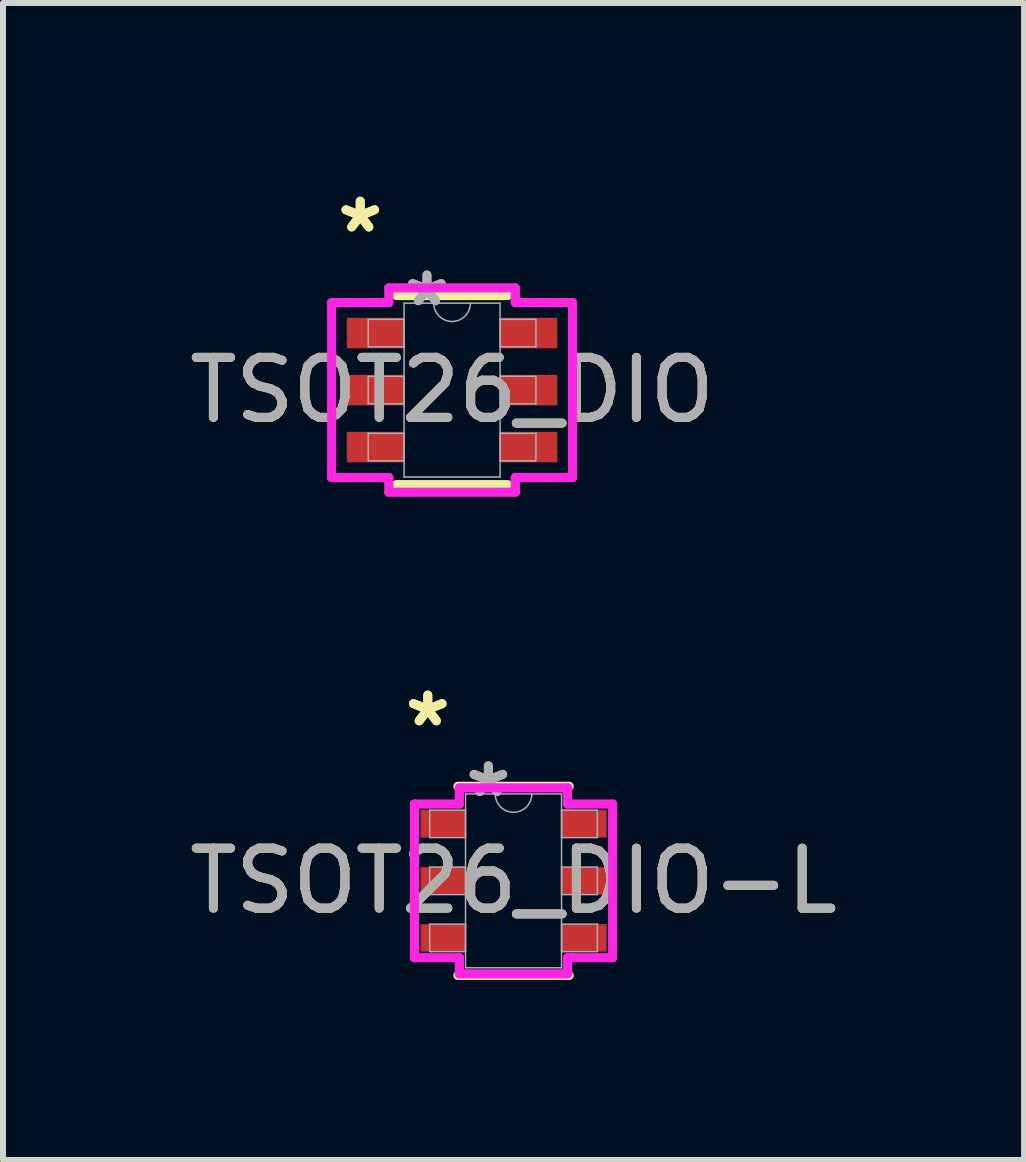
<source format=kicad_pcb>
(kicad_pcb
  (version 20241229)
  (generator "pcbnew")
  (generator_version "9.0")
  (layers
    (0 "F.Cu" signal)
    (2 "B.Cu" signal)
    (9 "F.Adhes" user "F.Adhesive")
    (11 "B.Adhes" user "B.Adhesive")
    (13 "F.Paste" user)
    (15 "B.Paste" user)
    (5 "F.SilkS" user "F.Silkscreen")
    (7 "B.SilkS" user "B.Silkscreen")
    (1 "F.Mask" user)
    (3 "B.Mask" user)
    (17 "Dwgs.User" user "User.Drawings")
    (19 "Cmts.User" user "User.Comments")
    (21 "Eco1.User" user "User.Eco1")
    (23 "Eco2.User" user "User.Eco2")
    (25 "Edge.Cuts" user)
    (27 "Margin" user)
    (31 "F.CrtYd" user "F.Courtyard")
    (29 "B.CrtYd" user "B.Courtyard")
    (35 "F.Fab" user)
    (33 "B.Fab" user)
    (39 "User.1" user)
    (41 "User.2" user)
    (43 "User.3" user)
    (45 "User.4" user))
  (footprint "TSOT26_DIO-L"
    (layer "F.Cu")
    (at 5.506 11.626)
    (property "Reference" "TSOT26_DIO-L" (at 0 0 0) (unlocked yes) (layer "F.SilkS") (effects (font (size 1 1) (thickness 0.15))))
    (attr smd)
    (fp_line (start -0.927 1.575) (end 0.927 1.575) (stroke (width 0.152) (type solid)) (layer "F.SilkS"))
    (fp_line (start 0.927 -1.575) (end -0.927 -1.575) (stroke (width 0.152) (type solid)) (layer "F.SilkS"))
    (fp_line (start -1.651 -1.28) (end -0.902 -1.28) (stroke (width 0.152) (type solid)) (layer "F.CrtYd"))
    (fp_line (start -1.651 1.28) (end -1.651 -1.28) (stroke (width 0.152) (type solid)) (layer "F.CrtYd"))
    (fp_line (start -1.651 1.28) (end -0.902 1.28) (stroke (width 0.152) (type solid)) (layer "F.CrtYd"))
    (fp_line (start -0.902 -1.549) (end 0.902 -1.549) (stroke (width 0.152) (type solid)) (layer "F.CrtYd"))
    (fp_line (start -0.902 -1.28) (end -0.902 -1.549) (stroke (width 0.152) (type solid)) (layer "F.CrtYd"))
    (fp_line (start -0.902 1.549) (end -0.902 1.28) (stroke (width 0.152) (type solid)) (layer "F.CrtYd"))
    (fp_line (start 0.902 -1.549) (end 0.902 -1.28) (stroke (width 0.152) (type solid)) (layer "F.CrtYd"))
    (fp_line (start 0.902 1.28) (end 0.902 1.549) (stroke (width 0.152) (type solid)) (layer "F.CrtYd"))
    (fp_line (start 0.902 1.549) (end -0.902 1.549) (stroke (width 0.152) (type solid)) (layer "F.CrtYd"))
    (fp_line (start 1.651 -1.28) (end 0.902 -1.28) (stroke (width 0.152) (type solid)) (layer "F.CrtYd"))
    (fp_line (start 1.651 -1.28) (end 1.651 1.28) (stroke (width 0.152) (type solid)) (layer "F.CrtYd"))
    (fp_line (start 1.651 1.28) (end 0.902 1.28) (stroke (width 0.152) (type solid)) (layer "F.CrtYd"))
    (fp_line (start -1.397 -1.179) (end -1.397 -0.721) (stroke (width 0.025) (type solid)) (layer "F.Fab"))
    (fp_line (start -1.397 -0.721) (end -0.8 -0.721) (stroke (width 0.025) (type solid)) (layer "F.Fab"))
    (fp_line (start -1.397 -0.229) (end -1.397 0.229) (stroke (width 0.025) (type solid)) (layer "F.Fab"))
    (fp_line (start -1.397 0.229) (end -0.8 0.229) (stroke (width 0.025) (type solid)) (layer "F.Fab"))
    (fp_line (start -1.397 0.721) (end -1.397 1.179) (stroke (width 0.025) (type solid)) (layer "F.Fab"))
    (fp_line (start -1.397 1.179) (end -0.8 1.179) (stroke (width 0.025) (type solid)) (layer "F.Fab"))
    (fp_line (start -0.8 -1.448) (end -0.8 1.448) (stroke (width 0.025) (type solid)) (layer "F.Fab"))
    (fp_line (start -0.8 -1.179) (end -1.397 -1.179) (stroke (width 0.025) (type solid)) (layer "F.Fab"))
    (fp_line (start -0.8 -0.721) (end -0.8 -1.179) (stroke (width 0.025) (type solid)) (layer "F.Fab"))
    (fp_line (start -0.8 -0.229) (end -1.397 -0.229) (stroke (width 0.025) (type solid)) (layer "F.Fab"))
    (fp_line (start -0.8 0.229) (end -0.8 -0.229) (stroke (width 0.025) (type solid)) (layer "F.Fab"))
    (fp_line (start -0.8 0.721) (end -1.397 0.721) (stroke (width 0.025) (type solid)) (layer "F.Fab"))
    (fp_line (start -0.8 1.179) (end -0.8 0.721) (stroke (width 0.025) (type solid)) (layer "F.Fab"))
    (fp_line (start -0.8 1.448) (end 0.8 1.448) (stroke (width 0.025) (type solid)) (layer "F.Fab"))
    (fp_line (start 0.8 -1.448) (end -0.8 -1.448) (stroke (width 0.025) (type solid)) (layer "F.Fab"))
    (fp_line (start 0.8 -1.179) (end 0.8 -0.721) (stroke (width 0.025) (type solid)) (layer "F.Fab"))
    (fp_line (start 0.8 -0.721) (end 1.397 -0.721) (stroke (width 0.025) (type solid)) (layer "F.Fab"))
    (fp_line (start 0.8 -0.229) (end 0.8 0.229) (stroke (width 0.025) (type solid)) (layer "F.Fab"))
    (fp_line (start 0.8 0.229) (end 1.397 0.229) (stroke (width 0.025) (type solid)) (layer "F.Fab"))
    (fp_line (start 0.8 0.721) (end 0.8 1.179) (stroke (width 0.025) (type solid)) (layer "F.Fab"))
    (fp_line (start 0.8 1.179) (end 1.397 1.179) (stroke (width 0.025) (type solid)) (layer "F.Fab"))
    (fp_line (start 0.8 1.448) (end 0.8 -1.448) (stroke (width 0.025) (type solid)) (layer "F.Fab"))
    (fp_line (start 1.397 -1.179) (end 0.8 -1.179) (stroke (width 0.025) (type solid)) (layer "F.Fab"))
    (fp_line (start 1.397 -0.721) (end 1.397 -1.179) (stroke (width 0.025) (type solid)) (layer "F.Fab"))
    (fp_line (start 1.397 -0.229) (end 0.8 -0.229) (stroke (width 0.025) (type solid)) (layer "F.Fab"))
    (fp_line (start 1.397 0.229) (end 1.397 -0.229) (stroke (width 0.025) (type solid)) (layer "F.Fab"))
    (fp_line (start 1.397 0.721) (end 0.8 0.721) (stroke (width 0.025) (type solid)) (layer "F.Fab"))
    (fp_line (start 1.397 1.179) (end 1.397 0.721) (stroke (width 0.025) (type solid)) (layer "F.Fab"))
    (fp_arc (start 0.3048 -1.4478) (mid 0 -1.143) (end -0.3048 -1.4478) (stroke (width 0.0254) (type solid)) (layer "F.Fab"))
    (fp_text user "*" (at -1.429 -2.55 0) (unlocked yes) (layer "F.SilkS") (effects (font (size 1 1) (thickness 0.15))))
    (fp_text user "*" (at -1.429 -2.55 0) (layer "F.SilkS") (effects (font (size 1 1) (thickness 0.15))))
    (fp_text user "*" (at -0.419 -1.372 0) (layer "F.Fab") (effects (font (size 1 1) (thickness 0.15))))
    (fp_text user "*" (at -0.419 -1.372 0) (unlocked yes) (layer "F.Fab") (effects (font (size 1 1) (thickness 0.15))))
    (fp_text user "${REFERENCE}" (at 0 0 0) (unlocked yes) (layer "F.Fab") (effects (font (size 1 1) (thickness 0.15))))
    (pad "1" smd rect (at -1.175 -0.95) (size 0.749 0.457) (layers "F.Cu" "F.Mask" "F.Paste"))
    (pad "2" smd rect (at -1.175 0) (size 0.749 0.457) (layers "F.Cu" "F.Mask" "F.Paste"))
    (pad "3" smd rect (at -1.175 0.95) (size 0.749 0.457) (layers "F.Cu" "F.Mask" "F.Paste"))
    (pad "4" smd rect (at 1.175 0.95) (size 0.749 0.457) (layers "F.Cu" "F.Mask" "F.Paste"))
    (pad "5" smd rect (at 1.175 0) (size 0.749 0.457) (layers "F.Cu" "F.Mask" "F.Paste"))
    (pad "6" smd rect (at 1.175 -0.95) (size 0.749 0.457) (layers "F.Cu" "F.Mask" "F.Paste")))
  (footprint "TSOT26_DIO"
    (layer "F.Cu")
    (at 4.482 3.449)
    (property "Reference" "TSOT26_DIO" (at 0 0 0) (unlocked yes) (layer "F.SilkS") (effects (font (size 1 1) (thickness 0.15))))
    (attr smd)
    (fp_line (start -0.927 1.575) (end 0.927 1.575) (stroke (width 0.152) (type solid)) (layer "F.SilkS"))
    (fp_line (start 0.927 -1.575) (end -0.927 -1.575) (stroke (width 0.152) (type solid)) (layer "F.SilkS"))
    (fp_line (start -2.007 -1.458) (end -1.054 -1.458) (stroke (width 0.152) (type solid)) (layer "F.CrtYd"))
    (fp_line (start -2.007 1.458) (end -2.007 -1.458) (stroke (width 0.152) (type solid)) (layer "F.CrtYd"))
    (fp_line (start -2.007 1.458) (end -1.054 1.458) (stroke (width 0.152) (type solid)) (layer "F.CrtYd"))
    (fp_line (start -1.054 -1.702) (end 1.054 -1.702) (stroke (width 0.152) (type solid)) (layer "F.CrtYd"))
    (fp_line (start -1.054 -1.458) (end -1.054 -1.702) (stroke (width 0.152) (type solid)) (layer "F.CrtYd"))
    (fp_line (start -1.054 1.702) (end -1.054 1.458) (stroke (width 0.152) (type solid)) (layer "F.CrtYd"))
    (fp_line (start 1.054 -1.702) (end 1.054 -1.458) (stroke (width 0.152) (type solid)) (layer "F.CrtYd"))
    (fp_line (start 1.054 1.458) (end 1.054 1.702) (stroke (width 0.152) (type solid)) (layer "F.CrtYd"))
    (fp_line (start 1.054 1.702) (end -1.054 1.702) (stroke (width 0.152) (type solid)) (layer "F.CrtYd"))
    (fp_line (start 2.007 -1.458) (end 1.054 -1.458) (stroke (width 0.152) (type solid)) (layer "F.CrtYd"))
    (fp_line (start 2.007 -1.458) (end 2.007 1.458) (stroke (width 0.152) (type solid)) (layer "F.CrtYd"))
    (fp_line (start 2.007 1.458) (end 1.054 1.458) (stroke (width 0.152) (type solid)) (layer "F.CrtYd"))
    (fp_line (start -1.397 -1.179) (end -1.397 -0.721) (stroke (width 0.025) (type solid)) (layer "F.Fab"))
    (fp_line (start -1.397 -0.721) (end -0.8 -0.721) (stroke (width 0.025) (type solid)) (layer "F.Fab"))
    (fp_line (start -1.397 -0.229) (end -1.397 0.229) (stroke (width 0.025) (type solid)) (layer "F.Fab"))
    (fp_line (start -1.397 0.229) (end -0.8 0.229) (stroke (width 0.025) (type solid)) (layer "F.Fab"))
    (fp_line (start -1.397 0.721) (end -1.397 1.179) (stroke (width 0.025) (type solid)) (layer "F.Fab"))
    (fp_line (start -1.397 1.179) (end -0.8 1.179) (stroke (width 0.025) (type solid)) (layer "F.Fab"))
    (fp_line (start -0.8 -1.448) (end -0.8 1.448) (stroke (width 0.025) (type solid)) (layer "F.Fab"))
    (fp_line (start -0.8 -1.179) (end -1.397 -1.179) (stroke (width 0.025) (type solid)) (layer "F.Fab"))
    (fp_line (start -0.8 -0.721) (end -0.8 -1.179) (stroke (width 0.025) (type solid)) (layer "F.Fab"))
    (fp_line (start -0.8 -0.229) (end -1.397 -0.229) (stroke (width 0.025) (type solid)) (layer "F.Fab"))
    (fp_line (start -0.8 0.229) (end -0.8 -0.229) (stroke (width 0.025) (type solid)) (layer "F.Fab"))
    (fp_line (start -0.8 0.721) (end -1.397 0.721) (stroke (width 0.025) (type solid)) (layer "F.Fab"))
    (fp_line (start -0.8 1.179) (end -0.8 0.721) (stroke (width 0.025) (type solid)) (layer "F.Fab"))
    (fp_line (start -0.8 1.448) (end 0.8 1.448) (stroke (width 0.025) (type solid)) (layer "F.Fab"))
    (fp_line (start 0.8 -1.448) (end -0.8 -1.448) (stroke (width 0.025) (type solid)) (layer "F.Fab"))
    (fp_line (start 0.8 -1.179) (end 0.8 -0.721) (stroke (width 0.025) (type solid)) (layer "F.Fab"))
    (fp_line (start 0.8 -0.721) (end 1.397 -0.721) (stroke (width 0.025) (type solid)) (layer "F.Fab"))
    (fp_line (start 0.8 -0.229) (end 0.8 0.229) (stroke (width 0.025) (type solid)) (layer "F.Fab"))
    (fp_line (start 0.8 0.229) (end 1.397 0.229) (stroke (width 0.025) (type solid)) (layer "F.Fab"))
    (fp_line (start 0.8 0.721) (end 0.8 1.179) (stroke (width 0.025) (type solid)) (layer "F.Fab"))
    (fp_line (start 0.8 1.179) (end 1.397 1.179) (stroke (width 0.025) (type solid)) (layer "F.Fab"))
    (fp_line (start 0.8 1.448) (end 0.8 -1.448) (stroke (width 0.025) (type solid)) (layer "F.Fab"))
    (fp_line (start 1.397 -1.179) (end 0.8 -1.179) (stroke (width 0.025) (type solid)) (layer "F.Fab"))
    (fp_line (start 1.397 -0.721) (end 1.397 -1.179) (stroke (width 0.025) (type solid)) (layer "F.Fab"))
    (fp_line (start 1.397 -0.229) (end 0.8 -0.229) (stroke (width 0.025) (type solid)) (layer "F.Fab"))
    (fp_line (start 1.397 0.229) (end 1.397 -0.229) (stroke (width 0.025) (type solid)) (layer "F.Fab"))
    (fp_line (start 1.397 0.721) (end 0.8 0.721) (stroke (width 0.025) (type solid)) (layer "F.Fab"))
    (fp_line (start 1.397 1.179) (end 1.397 0.721) (stroke (width 0.025) (type solid)) (layer "F.Fab"))
    (fp_arc (start 0.3048 -1.4478) (mid 0 -1.143) (end -0.3048 -1.4478) (stroke (width 0.0254) (type solid)) (layer "F.Fab"))
    (fp_text user "*" (at -1.53 -2.601 0) (unlocked yes) (layer "F.SilkS") (effects (font (size 1 1) (thickness 0.15))))
    (fp_text user "*" (at -1.53 -2.601 0) (layer "F.SilkS") (effects (font (size 1 1) (thickness 0.15))))
    (fp_text user "*" (at -0.419 -1.372 0) (unlocked yes) (layer "F.Fab") (effects (font (size 1 1) (thickness 0.15))))
    (fp_text user "${REFERENCE}" (at 0 0 0) (unlocked yes) (layer "F.Fab") (effects (font (size 1 1) (thickness 0.15))))
    (fp_text user "*" (at -0.419 -1.372 0) (layer "F.Fab") (effects (font (size 1 1) (thickness 0.15))))
    (pad "1" smd rect (at -1.276 -0.95) (size 0.953 0.508) (layers "F.Cu" "F.Mask" "F.Paste"))
    (pad "2" smd rect (at -1.276 0) (size 0.953 0.508) (layers "F.Cu" "F.Mask" "F.Paste"))
    (pad "3" smd rect (at -1.276 0.95) (size 0.953 0.508) (layers "F.Cu" "F.Mask" "F.Paste"))
    (pad "4" smd rect (at 1.276 0.95) (size 0.953 0.508) (layers "F.Cu" "F.Mask" "F.Paste"))
    (pad "5" smd rect (at 1.276 0) (size 0.953 0.508) (layers "F.Cu" "F.Mask" "F.Paste"))
    (pad "6" smd rect (at 1.276 -0.95) (size 0.953 0.508) (layers "F.Cu" "F.Mask" "F.Paste")))
  (gr_rect
    (start -3 -3)
    (end 14.012 16.277)
    (stroke (width 0.1) (type default))
    (fill no)
    (layer "Edge.Cuts")))
</source>
